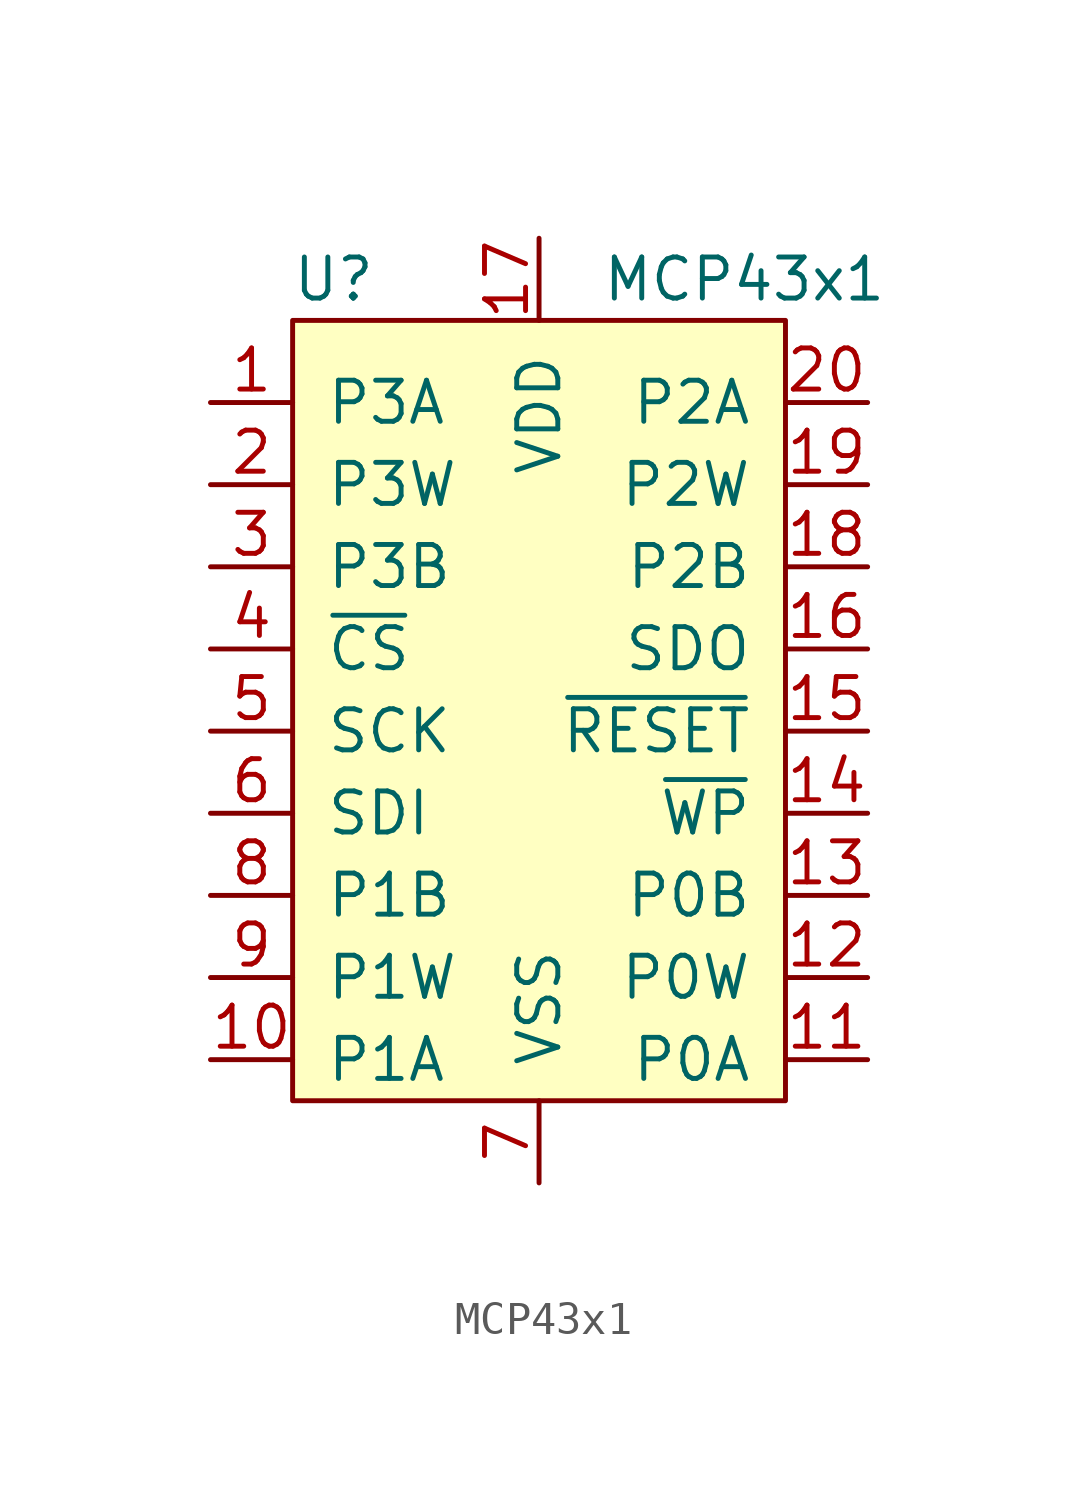
<source format=kicad_sym>
(kicad_symbol_lib
  (version 20211014)
  (generator kicad_symbol_editor)
  (symbol "MCP43x1"
    (pin_names
      (offset 1.016))
    (property "Reference" "U"
      (at -6.35 13.97 0)
      (effects (font (size 1.27 1.27))))
    (property "Value" "MCP43x1"
      (at 6.35 13.97 0)
      (effects (font (size 1.27 1.27))))
    (symbol "MCP43x1_0_1"
      (rectangle (start -7.62 12.7) (end 7.62 -11.43) (stroke (width 0) (type default) (color 0 0 0 0)) (fill (type background))))
    (symbol "MCP43x1_1_1"
      (pin input line (at -10.16 10.16 0) (length 2.54) (name "P3A" (effects (font (size 1.27 1.27)))) (number "1" (effects (font (size 1.27 1.27)))))
      (pin input line (at -10.16 -10.16 0) (length 2.54) (name "P1A" (effects (font (size 1.27 1.27)))) (number "10" (effects (font (size 1.27 1.27)))))
      (pin input line (at 10.16 -10.16 180) (length 2.54) (name "P0A" (effects (font (size 1.27 1.27)))) (number "11" (effects (font (size 1.27 1.27)))))
      (pin input line (at 10.16 -7.62 180) (length 2.54) (name "P0W" (effects (font (size 1.27 1.27)))) (number "12" (effects (font (size 1.27 1.27)))))
      (pin input line (at 10.16 -5.08 180) (length 2.54) (name "P0B" (effects (font (size 1.27 1.27)))) (number "13" (effects (font (size 1.27 1.27)))))
      (pin input line (at 10.16 -2.54 180) (length 2.54) (name "~{WP}" (effects (font (size 1.27 1.27)))) (number "14" (effects (font (size 1.27 1.27)))))
      (pin input line (at 10.16 0 180) (length 2.54) (name "~{RESET}" (effects (font (size 1.27 1.27)))) (number "15" (effects (font (size 1.27 1.27)))))
      (pin input line (at 10.16 2.54 180) (length 2.54) (name "SDO" (effects (font (size 1.27 1.27)))) (number "16" (effects (font (size 1.27 1.27)))))
      (pin power_in line (at 0 15.24 270) (length 2.54) (name "VDD" (effects (font (size 1.27 1.27)))) (number "17" (effects (font (size 1.27 1.27)))))
      (pin input line (at 10.16 5.08 180) (length 2.54) (name "P2B" (effects (font (size 1.27 1.27)))) (number "18" (effects (font (size 1.27 1.27)))))
      (pin input line (at 10.16 7.62 180) (length 2.54) (name "P2W" (effects (font (size 1.27 1.27)))) (number "19" (effects (font (size 1.27 1.27)))))
      (pin input line (at -10.16 7.62 0) (length 2.54) (name "P3W" (effects (font (size 1.27 1.27)))) (number "2" (effects (font (size 1.27 1.27)))))
      (pin input line (at 10.16 10.16 180) (length 2.54) (name "P2A" (effects (font (size 1.27 1.27)))) (number "20" (effects (font (size 1.27 1.27)))))
      (pin input line (at -10.16 5.08 0) (length 2.54) (name "P3B" (effects (font (size 1.27 1.27)))) (number "3" (effects (font (size 1.27 1.27)))))
      (pin input line (at -10.16 2.54 0) (length 2.54) (name "~{CS}" (effects (font (size 1.27 1.27)))) (number "4" (effects (font (size 1.27 1.27)))))
      (pin input line (at -10.16 0 0) (length 2.54) (name "SCK" (effects (font (size 1.27 1.27)))) (number "5" (effects (font (size 1.27 1.27)))))
      (pin input line (at -10.16 -2.54 0) (length 2.54) (name "SDI" (effects (font (size 1.27 1.27)))) (number "6" (effects (font (size 1.27 1.27)))))
      (pin power_in line (at 0 -13.97 90) (length 2.54) (name "VSS" (effects (font (size 1.27 1.27)))) (number "7" (effects (font (size 1.27 1.27)))))
      (pin input line (at -10.16 -5.08 0) (length 2.54) (name "P1B" (effects (font (size 1.27 1.27)))) (number "8" (effects (font (size 1.27 1.27)))))
      (pin input line (at -10.16 -7.62 0) (length 2.54) (name "P1W" (effects (font (size 1.27 1.27)))) (number "9" (effects (font (size 1.27 1.27))))))))
</source>
